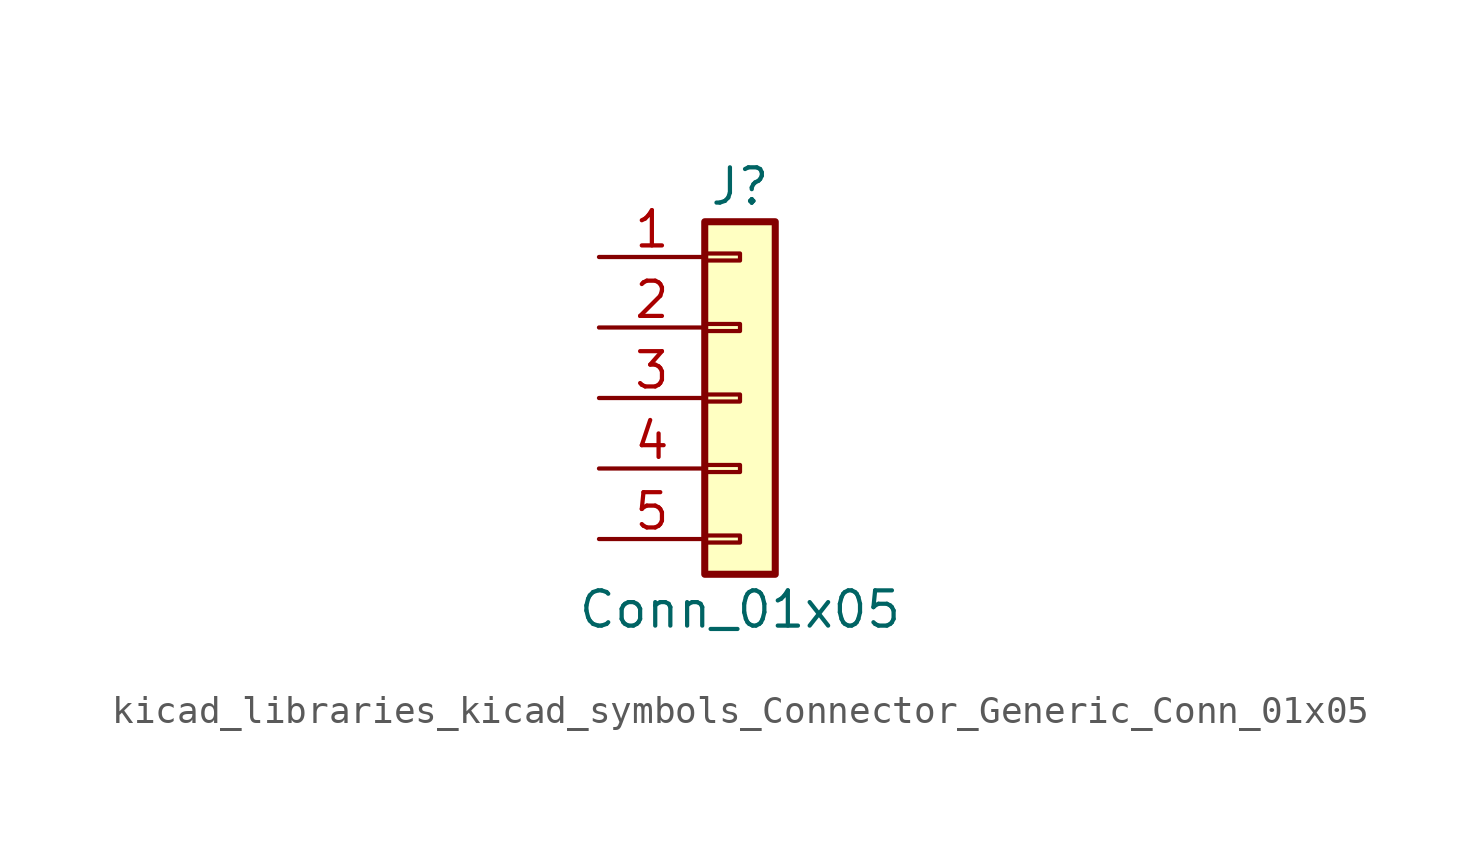
<source format=kicad_sym>
(kicad_symbol_lib
  (version 20220914)
  (generator kicad_symbol_editor)
  (symbol "kicad_libraries_kicad_symbols_Connector_Generic_Conn_01x05"
    (pin_names
      (offset 1.016) hide)
    (property "Reference" "J"
      (at 0 7.62 0)
      (effects (font (size 1.27 1.27))))
    (property "Value" "Conn_01x05"
      (at 0 -7.62 0)
      (effects (font (size 1.27 1.27))))
    (symbol "kicad_libraries_kicad_symbols_Connector_Generic_Conn_01x05_1_1"
      (rectangle (start -1.27 -4.953) (end 0 -5.207) (stroke (width 0.152) (type default)) (fill (type none)))
      (rectangle (start -1.27 -2.413) (end 0 -2.667) (stroke (width 0.152) (type default)) (fill (type none)))
      (rectangle (start -1.27 0.127) (end 0 -0.127) (stroke (width 0.152) (type default)) (fill (type none)))
      (rectangle (start -1.27 2.667) (end 0 2.413) (stroke (width 0.152) (type default)) (fill (type none)))
      (rectangle (start -1.27 5.207) (end 0 4.953) (stroke (width 0.152) (type default)) (fill (type none)))
      (rectangle (start -1.27 6.35) (end 1.27 -6.35) (stroke (width 0.254) (type default)) (fill (type background)))
      (pin passive line (at -5.08 5.08 0) (length 3.81) (name "Pin_1" (effects (font (size 1.27 1.27)))) (number "1" (effects (font (size 1.27 1.27)))))
      (pin passive line (at -5.08 2.54 0) (length 3.81) (name "Pin_2" (effects (font (size 1.27 1.27)))) (number "2" (effects (font (size 1.27 1.27)))))
      (pin passive line (at -5.08 0 0) (length 3.81) (name "Pin_3" (effects (font (size 1.27 1.27)))) (number "3" (effects (font (size 1.27 1.27)))))
      (pin passive line (at -5.08 -2.54 0) (length 3.81) (name "Pin_4" (effects (font (size 1.27 1.27)))) (number "4" (effects (font (size 1.27 1.27)))))
      (pin passive line (at -5.08 -5.08 0) (length 3.81) (name "Pin_5" (effects (font (size 1.27 1.27)))) (number "5" (effects (font (size 1.27 1.27))))))))
</source>
